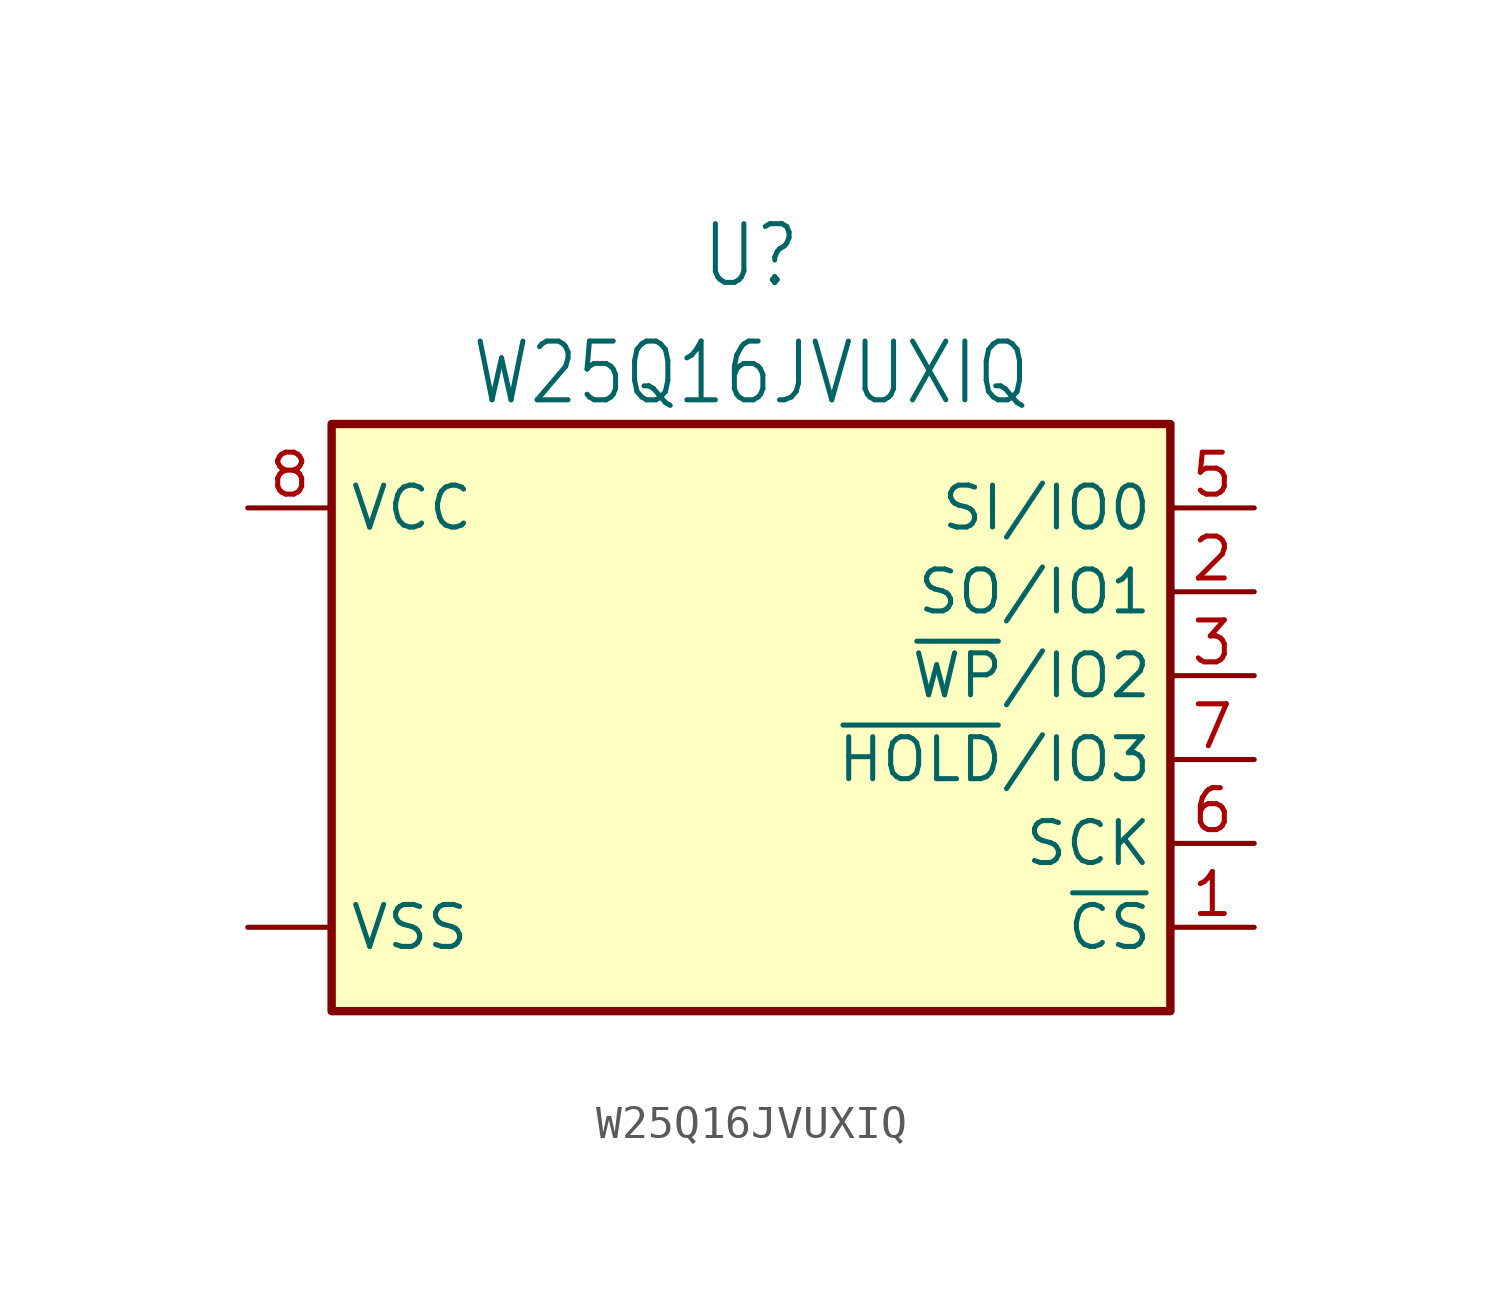
<source format=kicad_sym>
(kicad_symbol_lib
  (version 20231120)
  (generator "kicad_symbol_editor")
  (generator_version "8.0")
  (symbol "W25Q16JVUXIQ"
    (property "Reference" "U"
      (at 0 14.224 0)
      (effects (font (size 1.778 1.511)) (justify bottom)))
    (property "Value" "W25Q16JVUXIQ"
      (at 0 10.668 0)
      (effects (font (size 1.778 1.511)) (justify bottom)))
    (symbol "W25Q16JVUXIQ_1_0"
      (pin bidirectional line (at 15.24 -5.08 180) (length 2.54) (name "~{CS}" (effects (font (size 1.27 1.27)))) (number "1" (effects (font (size 1.27 1.27)))))
      (pin bidirectional line (at 15.24 5.08 180) (length 2.54) (name "SO/IO1" (effects (font (size 1.27 1.27)))) (number "2" (effects (font (size 1.27 1.27)))))
      (pin bidirectional line (at 15.24 2.54 180) (length 2.54) (name "~{WP}/IO2" (effects (font (size 1.27 1.27)))) (number "3" (effects (font (size 1.27 1.27)))))
      (pin passive line (at -15.24 -5.08 0) (length 2.54) (name "VSS" (effects (font (size 1.27 1.27)))) (number "4" (effects (font (size 0 0)))))
      (pin bidirectional line (at 15.24 7.62 180) (length 2.54) (name "SI/IO0" (effects (font (size 1.27 1.27)))) (number "5" (effects (font (size 1.27 1.27)))))
      (pin bidirectional line (at 15.24 -2.54 180) (length 2.54) (name "SCK" (effects (font (size 1.27 1.27)))) (number "6" (effects (font (size 1.27 1.27)))))
      (pin bidirectional line (at 15.24 0 180) (length 2.54) (name "~{HOLD}/IO3" (effects (font (size 1.27 1.27)))) (number "7" (effects (font (size 1.27 1.27)))))
      (pin power_in line (at -15.24 7.62 0) (length 2.54) (name "VCC" (effects (font (size 1.27 1.27)))) (number "8" (effects (font (size 1.27 1.27)))))
      (pin passive line (at -15.24 -5.08 0) (length 2.54) hide (name "VSS" (effects (font (size 1.27 1.27)))) (number "9" (effects (font (size 0 0))))))
    (symbol "W25Q16JVUXIQ_1_1"
      (rectangle (start -12.7 10.16) (end 12.7 -7.62) (stroke (width 0.254) (type default)) (fill (type background))))))
</source>
